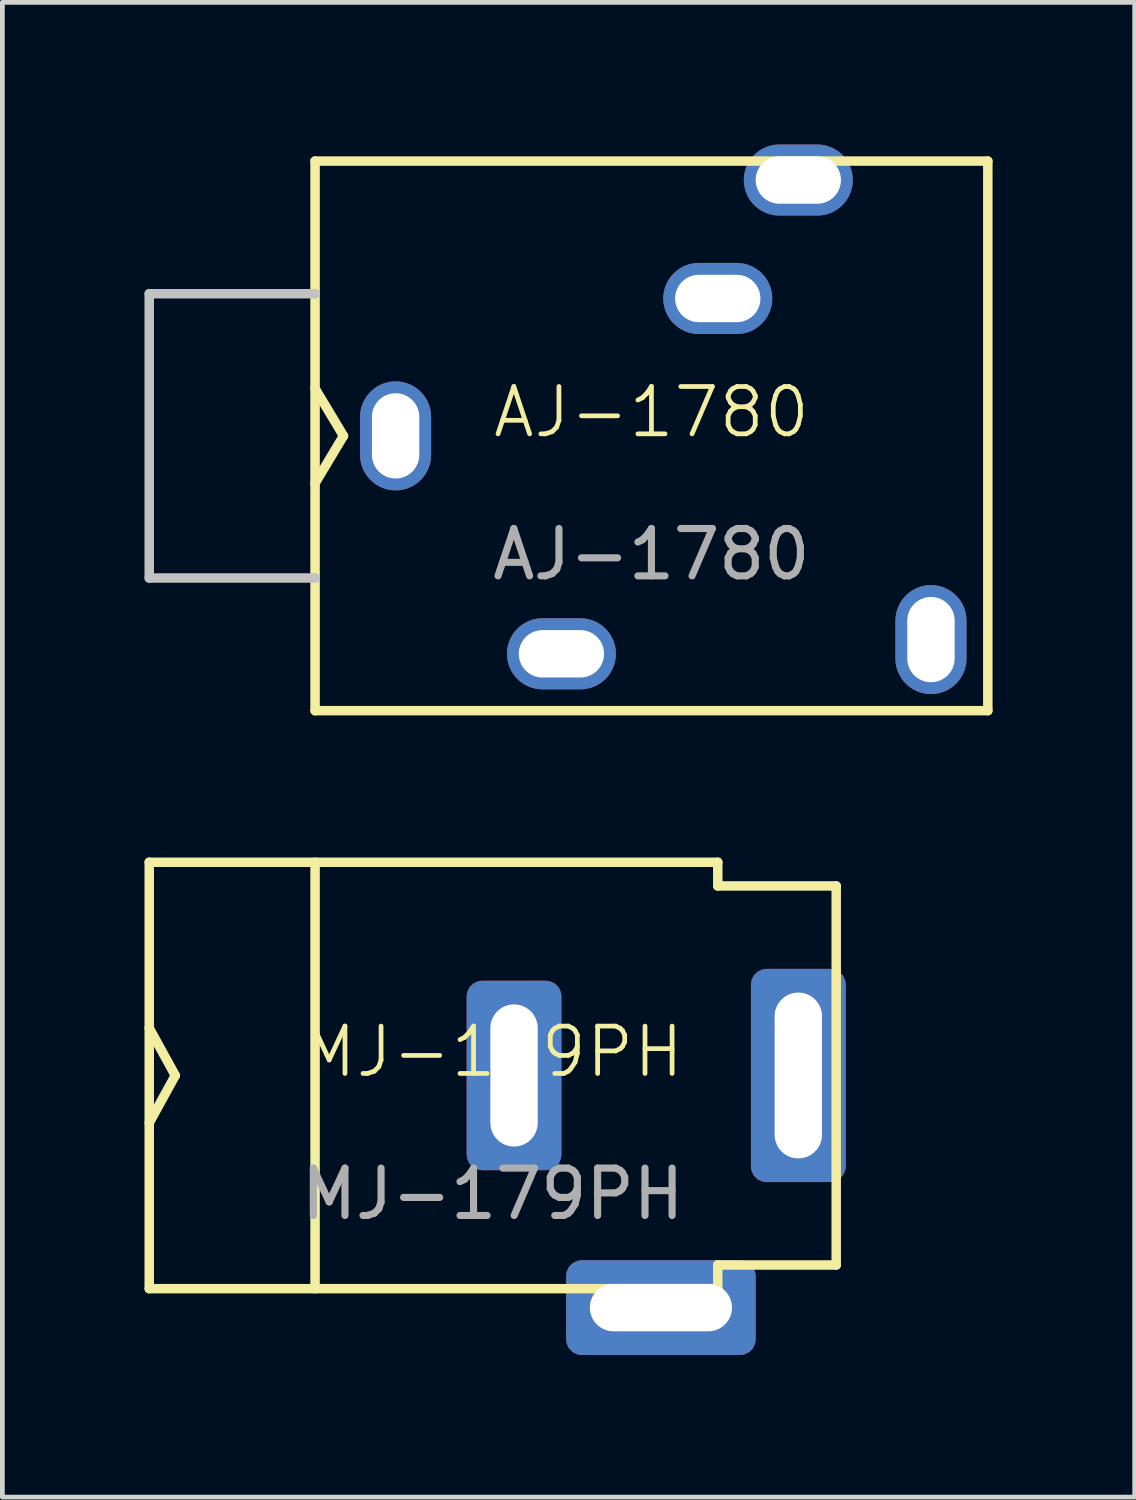
<source format=kicad_pcb>
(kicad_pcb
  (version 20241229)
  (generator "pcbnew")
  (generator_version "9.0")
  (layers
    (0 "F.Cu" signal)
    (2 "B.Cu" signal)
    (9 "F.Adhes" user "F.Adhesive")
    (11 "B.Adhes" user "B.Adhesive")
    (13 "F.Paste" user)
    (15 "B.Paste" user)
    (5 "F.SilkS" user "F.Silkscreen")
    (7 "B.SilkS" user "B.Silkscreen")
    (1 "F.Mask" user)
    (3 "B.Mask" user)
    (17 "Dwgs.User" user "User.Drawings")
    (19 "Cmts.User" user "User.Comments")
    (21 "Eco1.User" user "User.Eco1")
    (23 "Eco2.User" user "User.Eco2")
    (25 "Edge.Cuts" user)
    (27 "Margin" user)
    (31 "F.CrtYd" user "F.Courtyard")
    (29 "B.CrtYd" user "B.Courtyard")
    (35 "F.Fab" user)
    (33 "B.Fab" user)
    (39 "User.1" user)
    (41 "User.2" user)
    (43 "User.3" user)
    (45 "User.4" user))
  (footprint "AJ-1780"
    (layer "F.Cu")
    (at 10.7 6.15)
    (property "Reference" "AJ-1780" (at 0 -0.5 0) (unlocked yes) (layer "F.SilkS") (effects (font (size 1 1) (thickness 0.1))))
    (attr through_hole)
    (fp_line (start -7.1 -5.8) (end -7.1 5.8) (stroke (width 0.2) (type default)) (layer "F.SilkS"))
    (fp_line (start -7.1 -1) (end -6.5 0) (stroke (width 0.2) (type default)) (layer "F.SilkS"))
    (fp_line (start -7.1 5.8) (end 7.1 5.8) (stroke (width 0.2) (type default)) (layer "F.SilkS"))
    (fp_line (start -6.5 0) (end -7.1 1) (stroke (width 0.2) (type default)) (layer "F.SilkS"))
    (fp_line (start 7.1 -5.8) (end -7.1 -5.8) (stroke (width 0.2) (type default)) (layer "F.SilkS"))
    (fp_line (start 7.1 5.8) (end 7.1 -5.8) (stroke (width 0.2) (type default)) (layer "F.SilkS"))
    (fp_line (start -10.6 -3) (end -7.1 -3) (stroke (width 0.2) (type default)) (layer "Dwgs.User"))
    (fp_line (start -10.6 3) (end -10.6 -3) (stroke (width 0.2) (type default)) (layer "Dwgs.User"))
    (fp_line (start -7.1 3) (end -10.6 3) (stroke (width 0.2) (type default)) (layer "Dwgs.User"))
    (fp_text user "${REFERENCE}" (at 0 2.5 0) (unlocked yes) (layer "F.Fab") (effects (font (size 1 1) (thickness 0.15))))
    (pad "G" thru_hole oval (at -5.4 0) (size 1.5 2.3) (drill oval 1 1.8) (layers "*.Cu" "*.Mask"))
    (pad "S" thru_hole oval (at 3.1 -5.4) (size 2.3 1.5) (drill oval 1.8 1) (layers "*.Cu" "*.Mask"))
    (pad "SN" thru_hole oval (at 1.4 -2.9) (size 2.3 1.5) (drill oval 1.8 1) (layers "*.Cu" "*.Mask"))
    (pad "T" thru_hole oval (at -1.9 4.6) (size 2.3 1.5) (drill oval 1.8 1) (layers "*.Cu" "*.Mask"))
    (pad "TN" thru_hole oval (at 5.9 4.3) (size 1.5 2.3) (drill oval 1 1.8) (layers "*.Cu" "*.Mask")))
  (footprint "MJ-179PH"
    (layer "F.Cu")
    (at 7.35 19.65)
    (property "Reference" "MJ-179PH" (at 0 -0.5 0) (unlocked yes) (layer "F.SilkS") (effects (font (size 1 1) (thickness 0.1))))
    (attr through_hole)
    (fp_line (start -7.25 -4.5) (end 4.75 -4.5) (stroke (width 0.2) (type default)) (layer "F.SilkS"))
    (fp_line (start -7.25 -1) (end -6.7 0) (stroke (width 0.2) (type default)) (layer "F.SilkS"))
    (fp_line (start -7.25 4.5) (end -7.25 -4.5) (stroke (width 0.2) (type default)) (layer "F.SilkS"))
    (fp_line (start -6.7 0) (end -7.25 1) (stroke (width 0.2) (type default)) (layer "F.SilkS"))
    (fp_line (start -3.75 4.5) (end -3.75 -4.5) (stroke (width 0.2) (type default)) (layer "F.SilkS"))
    (fp_line (start 4.75 -4.5) (end 4.75 -4) (stroke (width 0.2) (type default)) (layer "F.SilkS"))
    (fp_line (start 4.75 -4) (end 7.25 -4) (stroke (width 0.2) (type default)) (layer "F.SilkS"))
    (fp_line (start 4.75 4) (end 4.75 4.5) (stroke (width 0.2) (type default)) (layer "F.SilkS"))
    (fp_line (start 4.75 4.5) (end -7.25 4.5) (stroke (width 0.2) (type default)) (layer "F.SilkS"))
    (fp_line (start 7.25 -4) (end 7.25 4) (stroke (width 0.2) (type default)) (layer "F.SilkS"))
    (fp_line (start 7.25 4) (end 4.75 4) (stroke (width 0.2) (type default)) (layer "F.SilkS"))
    (fp_text user "${REFERENCE}" (at 0 2.5 0) (unlocked yes) (layer "F.Fab") (effects (font (size 1 1) (thickness 0.15))))
    (pad "B" thru_hole roundrect (at 6.45 0) (size 2 4.5) (drill oval 1 3.5) (layers "*.Cu" "*.Mask") (roundrect_rratio 0.164))
    (pad "J" thru_hole roundrect (at 3.55 4.9) (size 4 2) (drill oval 3 1) (layers "*.Cu" "*.Mask") (roundrect_rratio 0.164))
    (pad "S" thru_hole roundrect (at 0.45 0) (size 2 4) (drill oval 1 3) (layers "*.Cu" "*.Mask") (roundrect_rratio 0.164)))
  (gr_rect
    (start -3 -3)
    (end 20.9 28.55)
    (stroke (width 0.1) (type default))
    (fill no)
    (layer "Edge.Cuts")))
</source>
